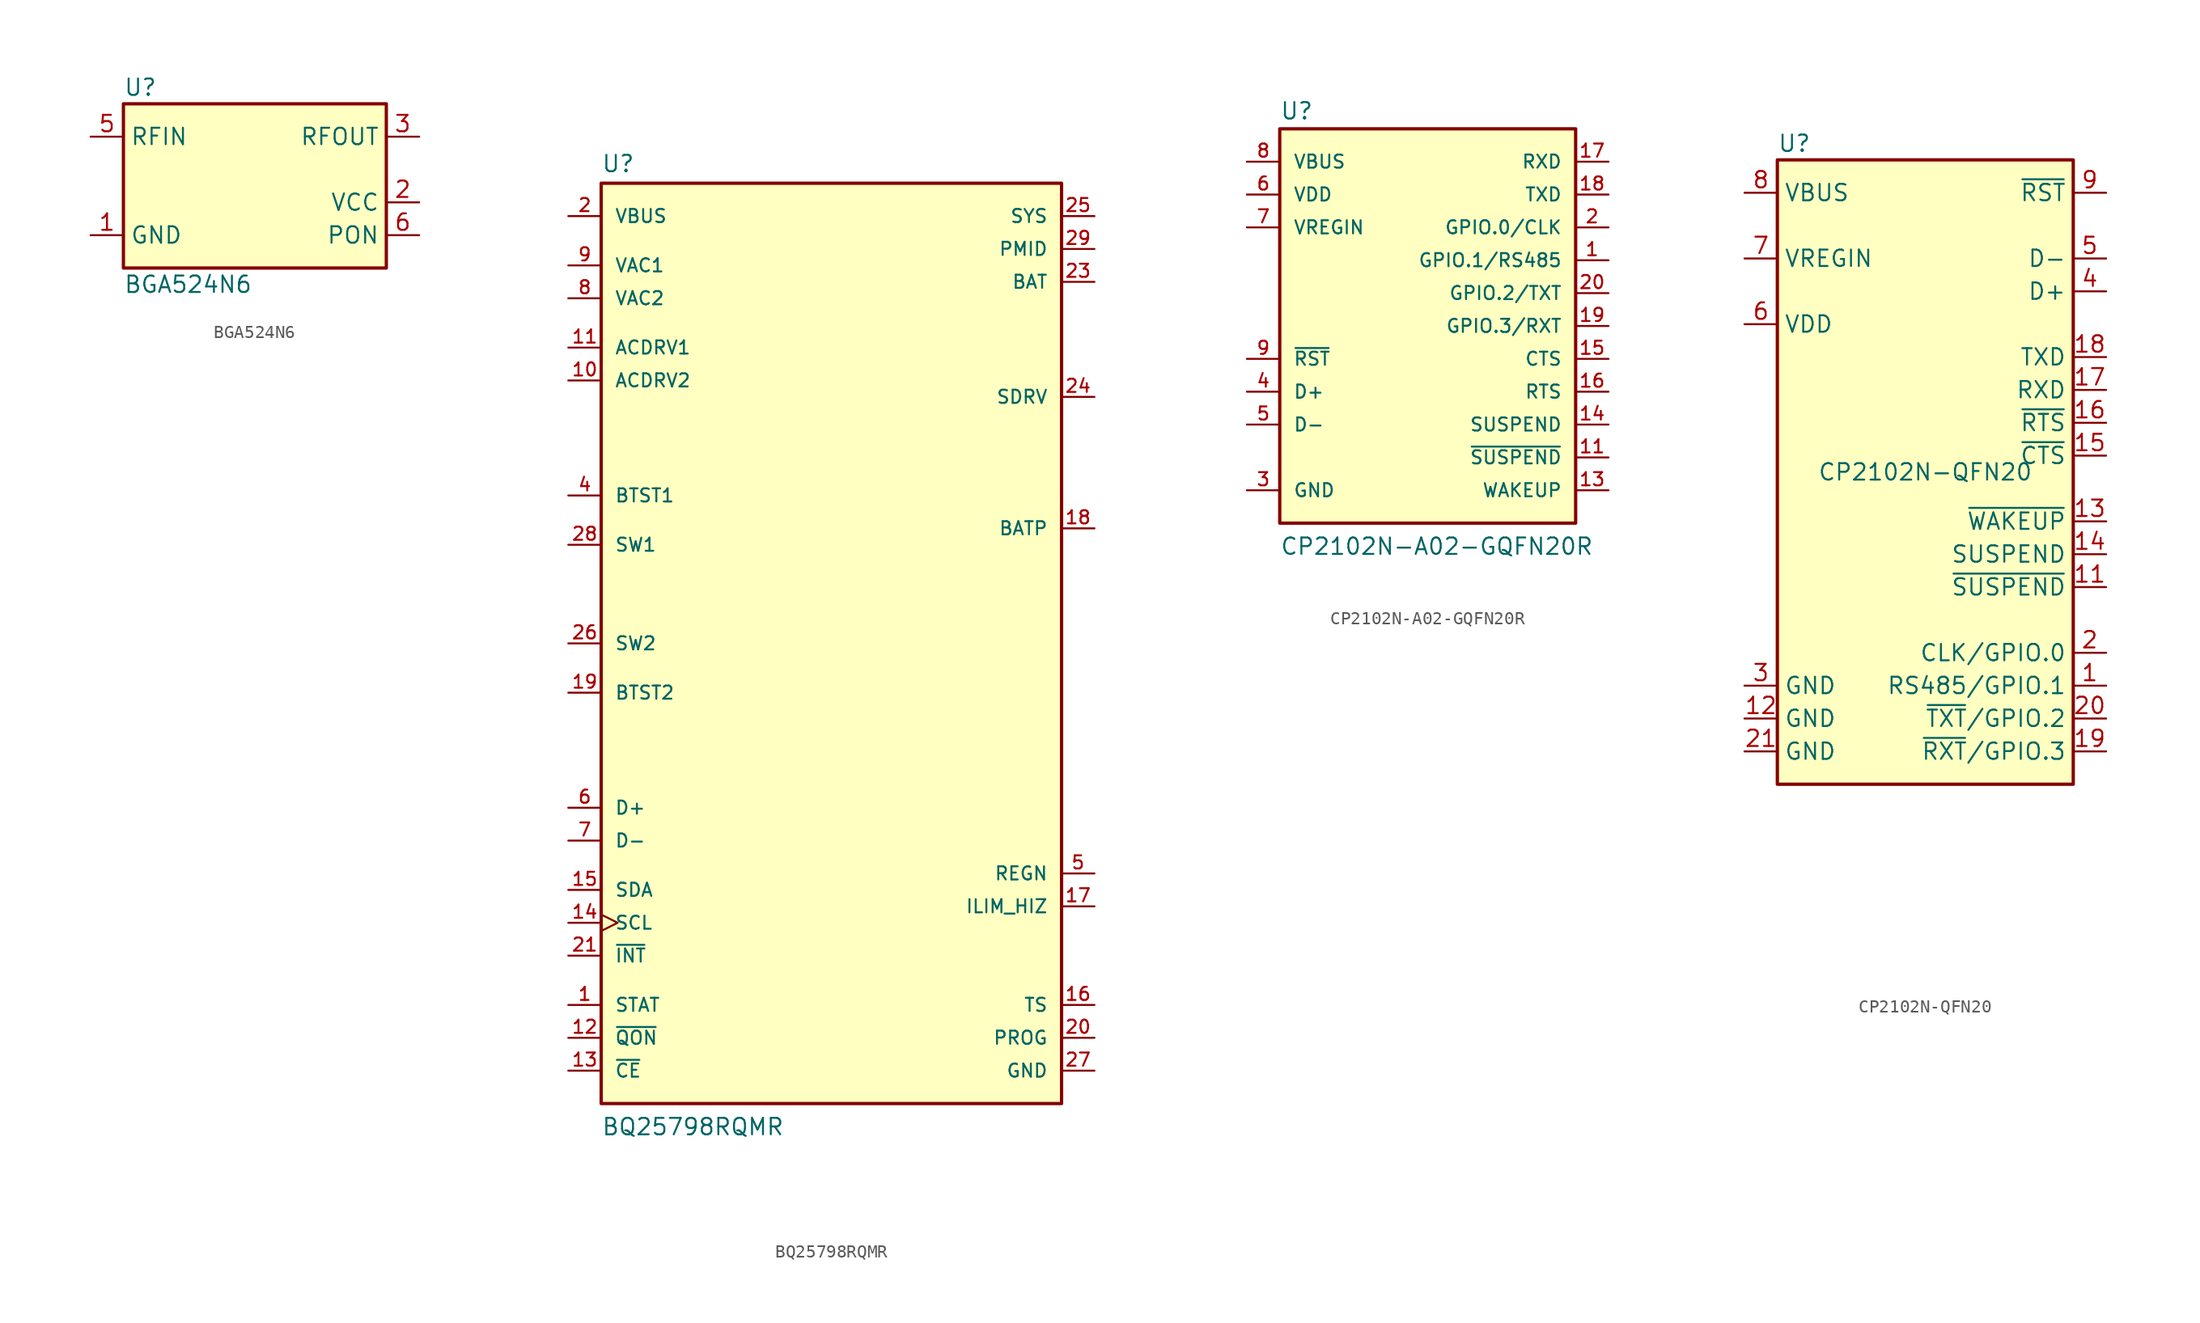
<source format=kicad_sym>
(kicad_symbol_lib
  (version 20241209)
  (generator "kicad_symbol_editor")
  (generator_version "9.0")
  (symbol "BGA524N6"
    (property "Reference" "U"
      (at -10.16 7.62 0)
      (do_not_autoplace)
      (effects (font (size 1.27 1.27)) (justify left)))
    (property "Value" "BGA524N6"
      (at -10.16 -7.62 0)
      (do_not_autoplace)
      (effects (font (size 1.27 1.27)) (justify left)))
    (symbol "BGA524N6_0_0"
      (rectangle (start -10.16 6.35) (end 10.16 -6.35) (stroke (width 0.254) (type default)) (fill (type background))))
    (symbol "BGA524N6_1_1"
      (pin input line (at -12.7 3.81 0) (length 2.54) (name "RFIN" (effects (font (size 1.27 1.27)))) (number "5" (effects (font (size 1.27 1.27)))))
      (pin passive line (at -12.7 -3.81 0) (length 2.54) (name "GND" (effects (font (size 1.27 1.27)))) (number "1" (effects (font (size 1.27 1.27)))))
      (pin passive line (at -12.7 -3.81 0) (length 2.54) (hide yes) (name "GND" (effects (font (size 1.27 1.27)))) (number "4" (effects (font (size 1.27 1.27)))))
      (pin output line (at 12.7 3.81 180) (length 2.54) (name "RFOUT" (effects (font (size 1.27 1.27)))) (number "3" (effects (font (size 1.27 1.27)))))
      (pin power_in line (at 12.7 -1.27 180) (length 2.54) (name "VCC" (effects (font (size 1.27 1.27)))) (number "2" (effects (font (size 1.27 1.27)))))
      (pin input line (at 12.7 -3.81 180) (length 2.54) (name "PON" (effects (font (size 1.27 1.27)))) (number "6" (effects (font (size 1.27 1.27)))))))
  (symbol "BQ25798RQMR"
    (pin_names
      (offset 1.016))
    (property "Reference" "U"
      (at -17.78 36.322 0)
      (do_not_autoplace)
      (effects (font (size 1.27 1.27)) (justify left bottom)))
    (property "Value" "BQ25798RQMR"
      (at -17.78 -38.1 0)
      (do_not_autoplace)
      (effects (font (size 1.27 1.27)) (justify left bottom)))
    (symbol "BQ25798RQMR_0_0"
      (rectangle (start -17.78 35.56) (end 17.78 -35.56) (stroke (width 0.254) (type default)) (fill (type background)))
      (pin input line (at -20.32 33.02 0) (length 2.54) (name "VBUS" (effects (font (size 1.016 1.016)))) (number "2" (effects (font (size 1.016 1.016)))))
      (pin input line (at -20.32 33.02 0) (length 2.54) (hide yes) (name "VBUS" (effects (font (size 1.016 1.016)))) (number "3" (effects (font (size 1.016 1.016)))))
      (pin input line (at -20.32 29.21 0) (length 2.54) (name "VAC1" (effects (font (size 1.016 1.016)))) (number "9" (effects (font (size 1.016 1.016)))))
      (pin input line (at -20.32 26.67 0) (length 2.54) (name "VAC2" (effects (font (size 1.016 1.016)))) (number "8" (effects (font (size 1.016 1.016)))))
      (pin input line (at -20.32 22.86 0) (length 2.54) (name "ACDRV1" (effects (font (size 1.016 1.016)))) (number "11" (effects (font (size 1.016 1.016)))))
      (pin input line (at -20.32 20.32 0) (length 2.54) (name "ACDRV2" (effects (font (size 1.016 1.016)))) (number "10" (effects (font (size 1.016 1.016)))))
      (pin input line (at -20.32 11.43 0) (length 2.54) (name "BTST1" (effects (font (size 1.016 1.016)))) (number "4" (effects (font (size 1.016 1.016)))))
      (pin passive line (at -20.32 7.62 0) (length 2.54) (name "SW1" (effects (font (size 1.016 1.016)))) (number "28" (effects (font (size 1.016 1.016)))))
      (pin passive line (at -20.32 0 0) (length 2.54) (name "SW2" (effects (font (size 1.016 1.016)))) (number "26" (effects (font (size 1.016 1.016)))))
      (pin output line (at -20.32 -3.81 0) (length 2.54) (name "BTST2" (effects (font (size 1.016 1.016)))) (number "19" (effects (font (size 1.016 1.016)))))
      (pin bidirectional line (at -20.32 -12.7 0) (length 2.54) (name "D+" (effects (font (size 1.016 1.016)))) (number "6" (effects (font (size 1.016 1.016)))))
      (pin bidirectional line (at -20.32 -15.24 0) (length 2.54) (name "D-" (effects (font (size 1.016 1.016)))) (number "7" (effects (font (size 1.016 1.016)))))
      (pin bidirectional line (at -20.32 -19.05 0) (length 2.54) (name "SDA" (effects (font (size 1.016 1.016)))) (number "15" (effects (font (size 1.016 1.016)))))
      (pin input clock (at -20.32 -21.59 0) (length 2.54) (name "SCL" (effects (font (size 1.016 1.016)))) (number "14" (effects (font (size 1.016 1.016)))))
      (pin output line (at -20.32 -24.13 0) (length 2.54) (name "~{INT}" (effects (font (size 1.016 1.016)))) (number "21" (effects (font (size 1.016 1.016)))))
      (pin output line (at -20.32 -27.94 0) (length 2.54) (name "STAT" (effects (font (size 1.016 1.016)))) (number "1" (effects (font (size 1.016 1.016)))))
      (pin input line (at -20.32 -30.48 0) (length 2.54) (name "~{QON}" (effects (font (size 1.016 1.016)))) (number "12" (effects (font (size 1.016 1.016)))))
      (pin input line (at -20.32 -33.02 0) (length 2.54) (name "~{CE}" (effects (font (size 1.016 1.016)))) (number "13" (effects (font (size 1.016 1.016)))))
      (pin output line (at 20.32 33.02 180) (length 2.54) (name "SYS" (effects (font (size 1.016 1.016)))) (number "25" (effects (font (size 1.016 1.016)))))
      (pin passive line (at 20.32 30.48 180) (length 2.54) (name "PMID" (effects (font (size 1.016 1.016)))) (number "29" (effects (font (size 1.016 1.016)))))
      (pin power_in line (at 20.32 27.94 180) (length 2.54) (hide yes) (name "BAT" (effects (font (size 1.016 1.016)))) (number "22" (effects (font (size 1.016 1.016)))))
      (pin power_in line (at 20.32 27.94 180) (length 2.54) (name "BAT" (effects (font (size 1.016 1.016)))) (number "23" (effects (font (size 1.016 1.016)))))
      (pin output line (at 20.32 19.05 180) (length 2.54) (name "SDRV" (effects (font (size 1.016 1.016)))) (number "24" (effects (font (size 1.016 1.016)))))
      (pin power_in line (at 20.32 8.89 180) (length 2.54) (name "BATP" (effects (font (size 1.016 1.016)))) (number "18" (effects (font (size 1.016 1.016)))))
      (pin output line (at 20.32 -17.78 180) (length 2.54) (name "REGN" (effects (font (size 1.016 1.016)))) (number "5" (effects (font (size 1.016 1.016)))))
      (pin input line (at 20.32 -20.32 180) (length 2.54) (name "ILIM_HIZ" (effects (font (size 1.016 1.016)))) (number "17" (effects (font (size 1.016 1.016)))))
      (pin input line (at 20.32 -27.94 180) (length 2.54) (name "TS" (effects (font (size 1.016 1.016)))) (number "16" (effects (font (size 1.016 1.016)))))
      (pin input line (at 20.32 -30.48 180) (length 2.54) (name "PROG" (effects (font (size 1.016 1.016)))) (number "20" (effects (font (size 1.016 1.016)))))
      (pin power_in line (at 20.32 -33.02 180) (length 2.54) (name "GND" (effects (font (size 1.016 1.016)))) (number "27" (effects (font (size 1.016 1.016)))))))
  (symbol "CP2102N-A02-GQFN20R"
    (pin_names
      (offset 1.016))
    (property "Reference" "U"
      (at -11.43 17.145 0)
      (do_not_autoplace)
      (effects (font (size 1.27 1.27)) (justify left bottom)))
    (property "Value" "CP2102N-A02-GQFN20R"
      (at -11.43 -16.51 0)
      (do_not_autoplace)
      (effects (font (size 1.27 1.27)) (justify left bottom)))
    (symbol "CP2102N-A02-GQFN20R_0_0"
      (rectangle (start -11.43 16.51) (end 11.43 -13.97) (stroke (width 0.254) (type default)) (fill (type background)))
      (pin power_in line (at -13.97 13.97 0) (length 2.54) (name "VBUS" (effects (font (size 1.016 1.016)))) (number "8" (effects (font (size 1.016 1.016)))))
      (pin power_in line (at -13.97 11.43 0) (length 2.54) (name "VDD" (effects (font (size 1.016 1.016)))) (number "6" (effects (font (size 1.016 1.016)))))
      (pin power_in line (at -13.97 8.89 0) (length 2.54) (name "VREGIN" (effects (font (size 1.016 1.016)))) (number "7" (effects (font (size 1.016 1.016)))))
      (pin input line (at -13.97 -1.27 0) (length 2.54) (name "~{RST}" (effects (font (size 1.016 1.016)))) (number "9" (effects (font (size 1.016 1.016)))))
      (pin bidirectional line (at -13.97 -3.81 0) (length 2.54) (name "D+" (effects (font (size 1.016 1.016)))) (number "4" (effects (font (size 1.016 1.016)))))
      (pin bidirectional line (at -13.97 -6.35 0) (length 2.54) (name "D-" (effects (font (size 1.016 1.016)))) (number "5" (effects (font (size 1.016 1.016)))))
      (pin power_in line (at -13.97 -11.43 0) (length 2.54) (hide yes) (name "GND" (effects (font (size 1.016 1.016)))) (number "12" (effects (font (size 1.016 1.016)))))
      (pin power_in line (at -13.97 -11.43 0) (length 2.54) (hide yes) (name "GND" (effects (font (size 1.016 1.016)))) (number "21" (effects (font (size 1.016 1.016)))))
      (pin power_in line (at -13.97 -11.43 0) (length 2.54) (name "GND" (effects (font (size 1.016 1.016)))) (number "3" (effects (font (size 1.016 1.016)))))
      (pin input line (at 13.97 13.97 180) (length 2.54) (name "RXD" (effects (font (size 1.016 1.016)))) (number "17" (effects (font (size 1.016 1.016)))))
      (pin output line (at 13.97 11.43 180) (length 2.54) (name "TXD" (effects (font (size 1.016 1.016)))) (number "18" (effects (font (size 1.016 1.016)))))
      (pin bidirectional line (at 13.97 8.89 180) (length 2.54) (name "GPIO.0/CLK" (effects (font (size 1.016 1.016)))) (number "2" (effects (font (size 1.016 1.016)))))
      (pin bidirectional line (at 13.97 6.35 180) (length 2.54) (name "GPIO.1/RS485" (effects (font (size 1.016 1.016)))) (number "1" (effects (font (size 1.016 1.016)))))
      (pin bidirectional line (at 13.97 3.81 180) (length 2.54) (name "GPIO.2/TXT" (effects (font (size 1.016 1.016)))) (number "20" (effects (font (size 1.016 1.016)))))
      (pin bidirectional line (at 13.97 1.27 180) (length 2.54) (name "GPIO.3/RXT" (effects (font (size 1.016 1.016)))) (number "19" (effects (font (size 1.016 1.016)))))
      (pin input line (at 13.97 -1.27 180) (length 2.54) (name "CTS" (effects (font (size 1.016 1.016)))) (number "15" (effects (font (size 1.016 1.016)))))
      (pin output line (at 13.97 -3.81 180) (length 2.54) (name "RTS" (effects (font (size 1.016 1.016)))) (number "16" (effects (font (size 1.016 1.016)))))
      (pin output line (at 13.97 -6.35 180) (length 2.54) (name "SUSPEND" (effects (font (size 1.016 1.016)))) (number "14" (effects (font (size 1.016 1.016)))))
      (pin output line (at 13.97 -8.89 180) (length 2.54) (name "~{SUSPEND}" (effects (font (size 1.016 1.016)))) (number "11" (effects (font (size 1.016 1.016)))))
      (pin input line (at 13.97 -11.43 180) (length 2.54) (name "WAKEUP" (effects (font (size 1.016 1.016)))) (number "13" (effects (font (size 1.016 1.016)))))))
  (symbol "CP2102N-QFN20"
    (property "Reference" "U"
      (at -11.43 25.4 0)
      (effects (font (size 1.27 1.27)) (justify left)))
    (property "Value" "CP2102N-QFN20"
      (at 0 0 0)
      (effects (font (size 1.27 1.27))))
    (symbol "CP2102N-QFN20_0_1"
      (rectangle (start -11.43 24.13) (end 11.43 -24.13) (stroke (width 0.254) (type default)) (fill (type background))))
    (symbol "CP2102N-QFN20_1_1"
      (pin power_in line (at -13.97 21.59 0) (length 2.54) (name "VBUS" (effects (font (size 1.27 1.27)))) (number "8" (effects (font (size 1.27 1.27)))))
      (pin power_in line (at -13.97 16.51 0) (length 2.54) (name "VREGIN" (effects (font (size 1.27 1.27)))) (number "7" (effects (font (size 1.27 1.27)))))
      (pin power_in line (at -13.97 11.43 0) (length 2.54) (name "VDD" (effects (font (size 1.27 1.27)))) (number "6" (effects (font (size 1.27 1.27)))))
      (pin power_in line (at -13.97 -16.51 0) (length 2.54) (name "GND" (effects (font (size 1.27 1.27)))) (number "3" (effects (font (size 1.27 1.27)))))
      (pin power_in line (at -13.97 -19.05 0) (length 2.54) (name "GND" (effects (font (size 1.27 1.27)))) (number "12" (effects (font (size 1.27 1.27)))))
      (pin power_in line (at -13.97 -21.59 0) (length 2.54) (name "GND" (effects (font (size 1.27 1.27)))) (number "21" (effects (font (size 1.27 1.27)))))
      (pin no_connect line (at 0 -34.29 0) (length 2.54) (hide yes) (name "NC" (effects (font (size 1.27 1.27)))) (number "10" (effects (font (size 1.27 1.27)))))
      (pin input line (at 13.97 21.59 180) (length 2.54) (name "~{RST}" (effects (font (size 1.27 1.27)))) (number "9" (effects (font (size 1.27 1.27)))))
      (pin bidirectional line (at 13.97 16.51 180) (length 2.54) (name "D-" (effects (font (size 1.27 1.27)))) (number "5" (effects (font (size 1.27 1.27)))))
      (pin bidirectional line (at 13.97 13.97 180) (length 2.54) (name "D+" (effects (font (size 1.27 1.27)))) (number "4" (effects (font (size 1.27 1.27)))))
      (pin output line (at 13.97 8.89 180) (length 2.54) (name "TXD" (effects (font (size 1.27 1.27)))) (number "18" (effects (font (size 1.27 1.27)))))
      (pin input line (at 13.97 6.35 180) (length 2.54) (name "RXD" (effects (font (size 1.27 1.27)))) (number "17" (effects (font (size 1.27 1.27)))))
      (pin output line (at 13.97 3.81 180) (length 2.54) (name "~{RTS}" (effects (font (size 1.27 1.27)))) (number "16" (effects (font (size 1.27 1.27)))))
      (pin input line (at 13.97 1.27 180) (length 2.54) (name "~{CTS}" (effects (font (size 1.27 1.27)))) (number "15" (effects (font (size 1.27 1.27)))))
      (pin input line (at 13.97 -3.81 180) (length 2.54) (name "~{WAKEUP}" (effects (font (size 1.27 1.27)))) (number "13" (effects (font (size 1.27 1.27)))))
      (pin output line (at 13.97 -6.35 180) (length 2.54) (name "SUSPEND" (effects (font (size 1.27 1.27)))) (number "14" (effects (font (size 1.27 1.27)))))
      (pin output line (at 13.97 -8.89 180) (length 2.54) (name "~{SUSPEND}" (effects (font (size 1.27 1.27)))) (number "11" (effects (font (size 1.27 1.27)))))
      (pin bidirectional line (at 13.97 -13.97 180) (length 2.54) (name "CLK/GPIO.0" (effects (font (size 1.27 1.27)))) (number "2" (effects (font (size 1.27 1.27)))))
      (pin bidirectional line (at 13.97 -16.51 180) (length 2.54) (name "RS485/GPIO.1" (effects (font (size 1.27 1.27)))) (number "1" (effects (font (size 1.27 1.27)))))
      (pin bidirectional line (at 13.97 -19.05 180) (length 2.54) (name "~{TXT}/GPIO.2" (effects (font (size 1.27 1.27)))) (number "20" (effects (font (size 1.27 1.27)))))
      (pin bidirectional line (at 13.97 -21.59 180) (length 2.54) (name "~{RXT}/GPIO.3" (effects (font (size 1.27 1.27)))) (number "19" (effects (font (size 1.27 1.27))))))))
</source>
